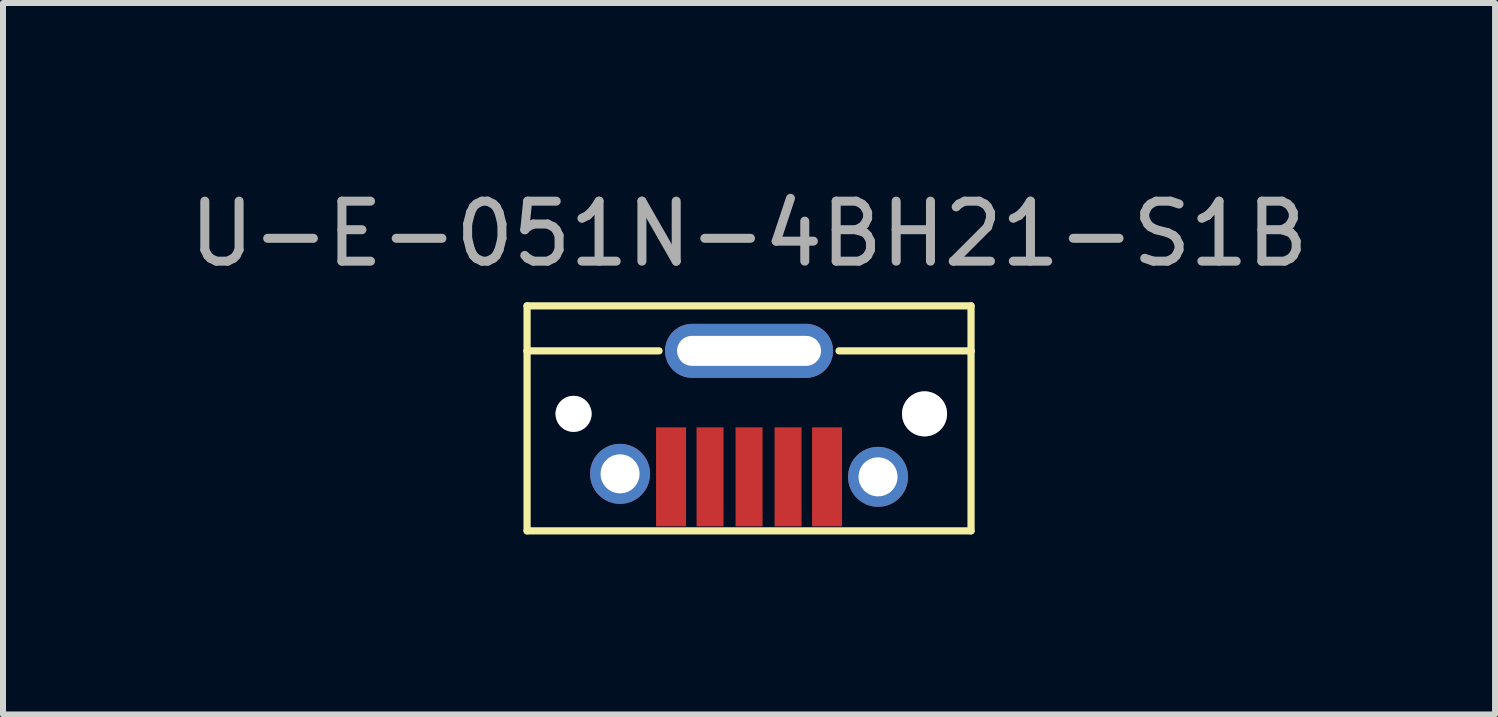
<source format=kicad_pcb>
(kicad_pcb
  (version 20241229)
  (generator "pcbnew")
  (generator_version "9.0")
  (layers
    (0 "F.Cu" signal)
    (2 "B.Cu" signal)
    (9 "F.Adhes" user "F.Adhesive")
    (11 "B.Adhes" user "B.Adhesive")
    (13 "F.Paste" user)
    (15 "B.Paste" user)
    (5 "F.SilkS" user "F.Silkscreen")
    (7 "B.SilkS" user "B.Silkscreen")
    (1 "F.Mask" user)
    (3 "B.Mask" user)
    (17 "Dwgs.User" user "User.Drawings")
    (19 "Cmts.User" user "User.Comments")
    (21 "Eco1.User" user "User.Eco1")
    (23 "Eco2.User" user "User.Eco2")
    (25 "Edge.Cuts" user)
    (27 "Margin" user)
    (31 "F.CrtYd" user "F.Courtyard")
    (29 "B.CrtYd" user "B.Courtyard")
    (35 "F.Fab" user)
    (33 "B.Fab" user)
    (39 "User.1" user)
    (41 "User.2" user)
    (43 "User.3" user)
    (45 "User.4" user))
  (footprint "U-E-051N-4BH21-S1B"
    (layer "F.Cu")
    (at 9.435 3.848)
    (property "Reference" "U-E-051N-4BH21-S1B" (at 0 -3 180) (layer "F.Fab") (effects (font (size 1 1) (thickness 0.15))))
    (attr through_hole)
    (fp_line (start -3.7 -1.8) (end -3.7 -1.05) (stroke (width 0.12) (type solid)) (layer "F.SilkS"))
    (fp_line (start -3.7 -1.05) (end -3.7 1.95) (stroke (width 0.12) (type solid)) (layer "F.SilkS"))
    (fp_line (start -3.7 1.95) (end 3.7 1.95) (stroke (width 0.12) (type solid)) (layer "F.SilkS"))
    (fp_line (start -1.5 -1.05) (end -3.7 -1.05) (stroke (width 0.12) (type solid)) (layer "F.SilkS"))
    (fp_line (start 1.5 -1.05) (end 3.7 -1.05) (stroke (width 0.12) (type solid)) (layer "F.SilkS"))
    (fp_line (start 3.7 -1.8) (end -3.7 -1.8) (stroke (width 0.12) (type solid)) (layer "F.SilkS"))
    (fp_line (start 3.7 -1.05) (end 3.7 -1.8) (stroke (width 0.12) (type solid)) (layer "F.SilkS"))
    (fp_line (start 3.7 1.95) (end 3.7 -1.05) (stroke (width 0.12) (type solid)) (layer "F.SilkS"))
    (pad "" thru_hole circle (at -2.925 0 180) (size 0.6 0.6) (drill 0.6) (layers "*.Cu" "*.Mask"))
    (pad "" thru_hole circle (at 2.925 0 180) (size 0.75 0.75) (drill 0.75) (layers "*.Cu" "*.Mask"))
    (pad "1" thru_hole circle (at -2.15 1 180) (size 1 1) (drill 0.65) (layers "*.Cu" "*.Mask"))
    (pad "1" smd rect (at -1.3 1.05 180) (size 0.5 1.65) (layers "F.Cu" "F.Mask" "F.Paste"))
    (pad "2" smd rect (at -0.65 1.05 180) (size 0.45 1.65) (layers "F.Cu" "F.Mask" "F.Paste"))
    (pad "3" smd rect (at 0 1.05 180) (size 0.45 1.65) (layers "F.Cu" "F.Mask" "F.Paste"))
    (pad "4" smd rect (at 0.65 1.05 180) (size 0.45 1.65) (layers "F.Cu" "F.Mask" "F.Paste"))
    (pad "5" smd rect (at 1.3 1.05 180) (size 0.5 1.65) (layers "F.Cu" "F.Mask" "F.Paste"))
    (pad "5" thru_hole circle (at 2.15 1.05 180) (size 1 1) (drill 0.65) (layers "*.Cu" "*.Mask"))
    (pad "6" thru_hole oval (at 0 -1.05 180) (size 2.8 0.9) (drill oval 2.4 0.5) (layers "*.Cu" "*.Mask")))
  (gr_rect
    (start -3 -3)
    (end 21.869 8.858)
    (stroke (width 0.1) (type default))
    (fill no)
    (layer "Edge.Cuts")))
</source>
